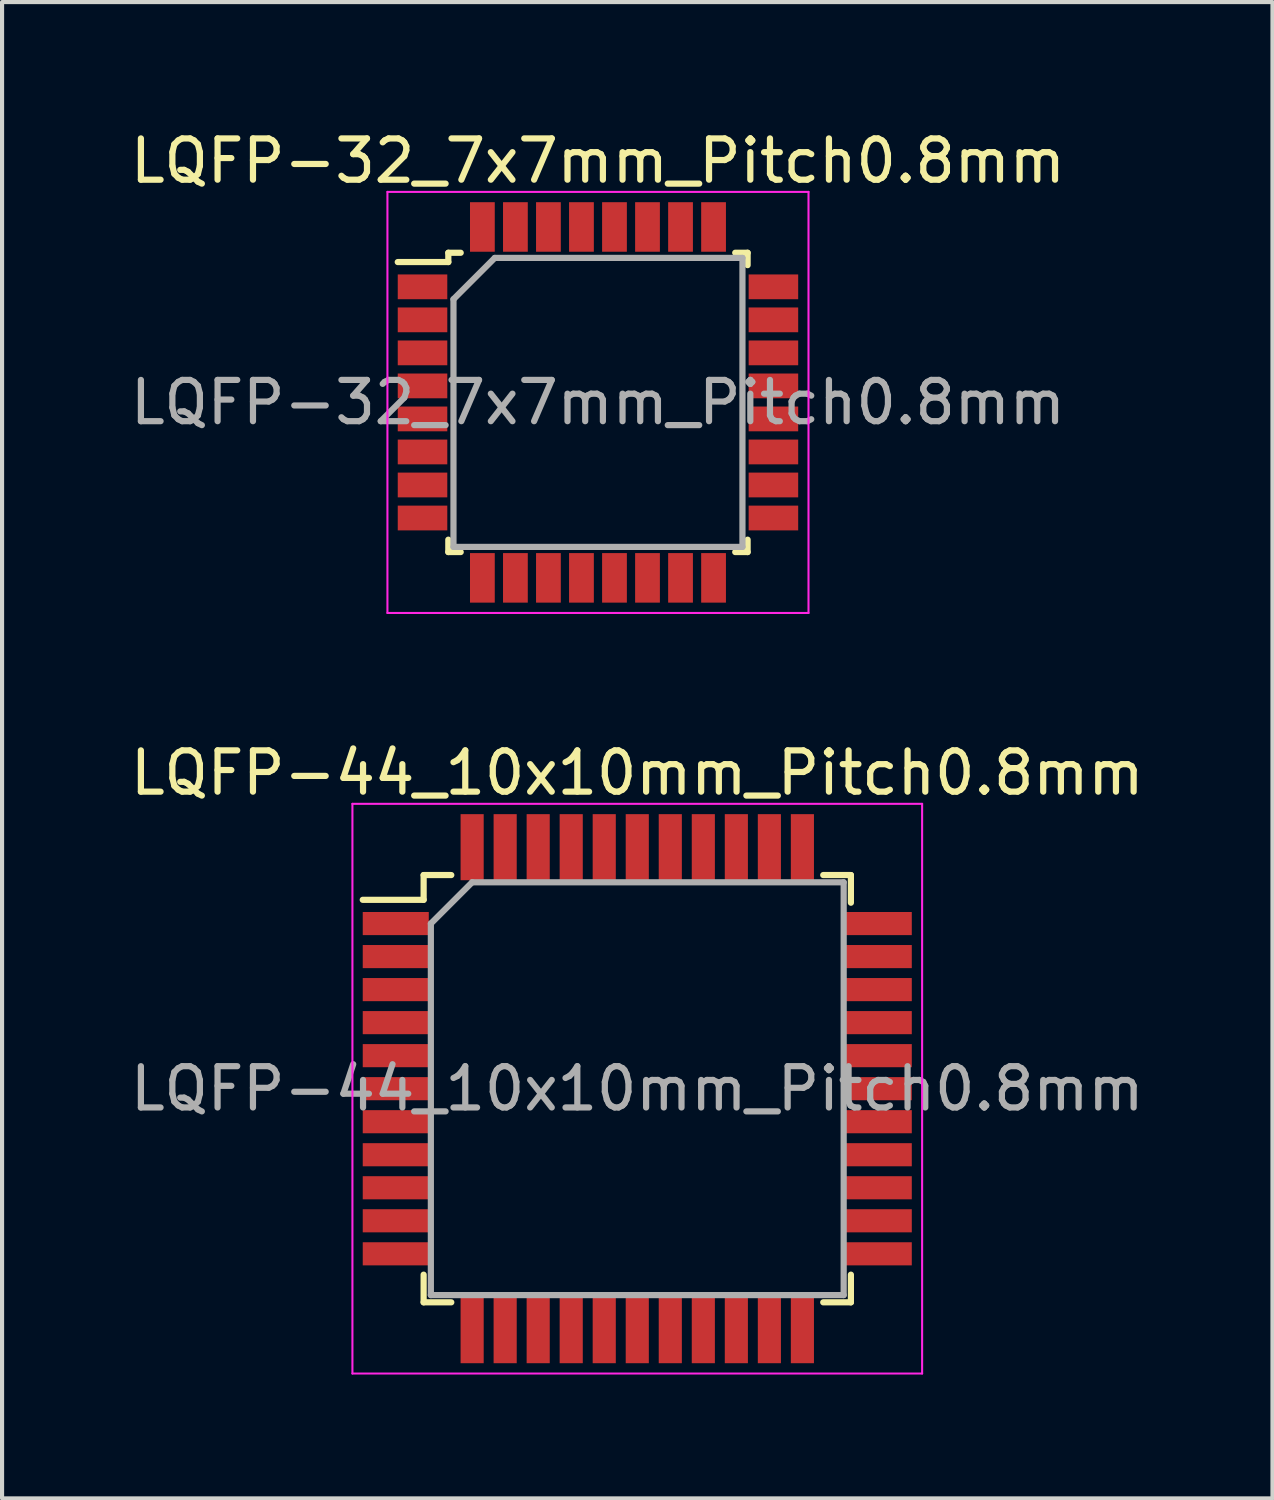
<source format=kicad_pcb>
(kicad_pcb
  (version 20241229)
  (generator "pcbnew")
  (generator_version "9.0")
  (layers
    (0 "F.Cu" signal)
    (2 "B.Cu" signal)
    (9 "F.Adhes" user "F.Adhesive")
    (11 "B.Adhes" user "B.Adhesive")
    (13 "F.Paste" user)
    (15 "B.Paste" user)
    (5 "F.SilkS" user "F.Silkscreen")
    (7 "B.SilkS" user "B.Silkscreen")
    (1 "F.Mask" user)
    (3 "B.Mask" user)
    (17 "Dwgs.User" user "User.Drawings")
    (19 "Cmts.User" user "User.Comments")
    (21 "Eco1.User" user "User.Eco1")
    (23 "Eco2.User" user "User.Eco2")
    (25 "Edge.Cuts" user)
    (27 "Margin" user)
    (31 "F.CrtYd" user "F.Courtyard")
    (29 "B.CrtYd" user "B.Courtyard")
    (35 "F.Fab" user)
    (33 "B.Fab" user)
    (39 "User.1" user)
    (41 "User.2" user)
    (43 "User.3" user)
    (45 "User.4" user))
  (footprint "LQFP-44_10x10mm_Pitch0.8mm"
    (layer "F.Cu")
    (at 12.387 23.322)
    (property "Reference" "LQFP-44_10x10mm_Pitch0.8mm" (at 0 -7.65 0) (layer "F.SilkS") (effects (font (size 1 1) (thickness 0.15))))
    (attr smd)
    (fp_line (start -5.175 -5.175) (end -5.175 -4.575) (stroke (width 0.15) (type solid)) (layer "F.SilkS"))
    (fp_line (start -5.175 -5.175) (end -4.505 -5.175) (stroke (width 0.15) (type solid)) (layer "F.SilkS"))
    (fp_line (start -5.175 -4.575) (end -6.65 -4.575) (stroke (width 0.15) (type solid)) (layer "F.SilkS"))
    (fp_line (start -5.175 5.175) (end -5.175 4.505) (stroke (width 0.15) (type solid)) (layer "F.SilkS"))
    (fp_line (start -5.175 5.175) (end -4.505 5.175) (stroke (width 0.15) (type solid)) (layer "F.SilkS"))
    (fp_line (start 5.175 -5.175) (end 4.505 -5.175) (stroke (width 0.15) (type solid)) (layer "F.SilkS"))
    (fp_line (start 5.175 -5.175) (end 5.175 -4.505) (stroke (width 0.15) (type solid)) (layer "F.SilkS"))
    (fp_line (start 5.175 5.175) (end 4.505 5.175) (stroke (width 0.15) (type solid)) (layer "F.SilkS"))
    (fp_line (start 5.175 5.175) (end 5.175 4.505) (stroke (width 0.15) (type solid)) (layer "F.SilkS"))
    (fp_line (start -6.9 -6.9) (end -6.9 6.9) (stroke (width 0.05) (type solid)) (layer "F.CrtYd"))
    (fp_line (start -6.9 -6.9) (end 6.9 -6.9) (stroke (width 0.05) (type solid)) (layer "F.CrtYd"))
    (fp_line (start -6.9 6.9) (end 6.9 6.9) (stroke (width 0.05) (type solid)) (layer "F.CrtYd"))
    (fp_line (start 6.9 -6.9) (end 6.9 6.9) (stroke (width 0.05) (type solid)) (layer "F.CrtYd"))
    (fp_line (start -5 -4) (end -4 -5) (stroke (width 0.15) (type solid)) (layer "F.Fab"))
    (fp_line (start -5 5) (end -5 -4) (stroke (width 0.15) (type solid)) (layer "F.Fab"))
    (fp_line (start -4 -5) (end 5 -5) (stroke (width 0.15) (type solid)) (layer "F.Fab"))
    (fp_line (start 5 -5) (end 5 5) (stroke (width 0.15) (type solid)) (layer "F.Fab"))
    (fp_line (start 5 5) (end -5 5) (stroke (width 0.15) (type solid)) (layer "F.Fab"))
    (fp_text user "${REFERENCE}" (at 0 0 0) (layer "F.Fab") (effects (font (size 1 1) (thickness 0.15))))
    (pad "1" smd rect (at -5.85 -4) (size 1.6 0.56) (layers "F.Cu" "F.Mask" "F.Paste"))
    (pad "2" smd rect (at -5.85 -3.2) (size 1.6 0.56) (layers "F.Cu" "F.Mask" "F.Paste"))
    (pad "3" smd rect (at -5.85 -2.4) (size 1.6 0.56) (layers "F.Cu" "F.Mask" "F.Paste"))
    (pad "4" smd rect (at -5.85 -1.6) (size 1.6 0.56) (layers "F.Cu" "F.Mask" "F.Paste"))
    (pad "5" smd rect (at -5.85 -0.8) (size 1.6 0.56) (layers "F.Cu" "F.Mask" "F.Paste"))
    (pad "6" smd rect (at -5.85 0) (size 1.6 0.56) (layers "F.Cu" "F.Mask" "F.Paste"))
    (pad "7" smd rect (at -5.85 0.8) (size 1.6 0.56) (layers "F.Cu" "F.Mask" "F.Paste"))
    (pad "8" smd rect (at -5.85 1.6) (size 1.6 0.56) (layers "F.Cu" "F.Mask" "F.Paste"))
    (pad "9" smd rect (at -5.85 2.4) (size 1.6 0.56) (layers "F.Cu" "F.Mask" "F.Paste"))
    (pad "10" smd rect (at -5.85 3.2) (size 1.6 0.56) (layers "F.Cu" "F.Mask" "F.Paste"))
    (pad "11" smd rect (at -5.85 4) (size 1.6 0.56) (layers "F.Cu" "F.Mask" "F.Paste"))
    (pad "12" smd rect (at -4 5.85 90) (size 1.6 0.56) (layers "F.Cu" "F.Mask" "F.Paste"))
    (pad "13" smd rect (at -3.2 5.85 90) (size 1.6 0.56) (layers "F.Cu" "F.Mask" "F.Paste"))
    (pad "14" smd rect (at -2.4 5.85 90) (size 1.6 0.56) (layers "F.Cu" "F.Mask" "F.Paste"))
    (pad "15" smd rect (at -1.6 5.85 90) (size 1.6 0.56) (layers "F.Cu" "F.Mask" "F.Paste"))
    (pad "16" smd rect (at -0.8 5.85 90) (size 1.6 0.56) (layers "F.Cu" "F.Mask" "F.Paste"))
    (pad "17" smd rect (at 0 5.85 90) (size 1.6 0.56) (layers "F.Cu" "F.Mask" "F.Paste"))
    (pad "18" smd rect (at 0.8 5.85 90) (size 1.6 0.56) (layers "F.Cu" "F.Mask" "F.Paste"))
    (pad "19" smd rect (at 1.6 5.85 90) (size 1.6 0.56) (layers "F.Cu" "F.Mask" "F.Paste"))
    (pad "20" smd rect (at 2.4 5.85 90) (size 1.6 0.56) (layers "F.Cu" "F.Mask" "F.Paste"))
    (pad "21" smd rect (at 3.2 5.85 90) (size 1.6 0.56) (layers "F.Cu" "F.Mask" "F.Paste"))
    (pad "22" smd rect (at 4 5.85 90) (size 1.6 0.56) (layers "F.Cu" "F.Mask" "F.Paste"))
    (pad "23" smd rect (at 5.85 4) (size 1.6 0.56) (layers "F.Cu" "F.Mask" "F.Paste"))
    (pad "24" smd rect (at 5.85 3.2) (size 1.6 0.56) (layers "F.Cu" "F.Mask" "F.Paste"))
    (pad "25" smd rect (at 5.85 2.4) (size 1.6 0.56) (layers "F.Cu" "F.Mask" "F.Paste"))
    (pad "26" smd rect (at 5.85 1.6) (size 1.6 0.56) (layers "F.Cu" "F.Mask" "F.Paste"))
    (pad "27" smd rect (at 5.85 0.8) (size 1.6 0.56) (layers "F.Cu" "F.Mask" "F.Paste"))
    (pad "28" smd rect (at 5.85 0) (size 1.6 0.56) (layers "F.Cu" "F.Mask" "F.Paste"))
    (pad "29" smd rect (at 5.85 -0.8) (size 1.6 0.56) (layers "F.Cu" "F.Mask" "F.Paste"))
    (pad "30" smd rect (at 5.85 -1.6) (size 1.6 0.56) (layers "F.Cu" "F.Mask" "F.Paste"))
    (pad "31" smd rect (at 5.85 -2.4) (size 1.6 0.56) (layers "F.Cu" "F.Mask" "F.Paste"))
    (pad "32" smd rect (at 5.85 -3.2) (size 1.6 0.56) (layers "F.Cu" "F.Mask" "F.Paste"))
    (pad "33" smd rect (at 5.85 -4) (size 1.6 0.56) (layers "F.Cu" "F.Mask" "F.Paste"))
    (pad "34" smd rect (at 4 -5.85 90) (size 1.6 0.56) (layers "F.Cu" "F.Mask" "F.Paste"))
    (pad "35" smd rect (at 3.2 -5.85 90) (size 1.6 0.56) (layers "F.Cu" "F.Mask" "F.Paste"))
    (pad "36" smd rect (at 2.4 -5.85 90) (size 1.6 0.56) (layers "F.Cu" "F.Mask" "F.Paste"))
    (pad "37" smd rect (at 1.6 -5.85 90) (size 1.6 0.56) (layers "F.Cu" "F.Mask" "F.Paste"))
    (pad "38" smd rect (at 0.8 -5.85 90) (size 1.6 0.56) (layers "F.Cu" "F.Mask" "F.Paste"))
    (pad "39" smd rect (at 0 -5.85 90) (size 1.6 0.56) (layers "F.Cu" "F.Mask" "F.Paste"))
    (pad "40" smd rect (at -0.8 -5.85 90) (size 1.6 0.56) (layers "F.Cu" "F.Mask" "F.Paste"))
    (pad "41" smd rect (at -1.6 -5.85 90) (size 1.6 0.56) (layers "F.Cu" "F.Mask" "F.Paste"))
    (pad "42" smd rect (at -2.4 -5.85 90) (size 1.6 0.56) (layers "F.Cu" "F.Mask" "F.Paste"))
    (pad "43" smd rect (at -3.2 -5.85 90) (size 1.6 0.56) (layers "F.Cu" "F.Mask" "F.Paste"))
    (pad "44" smd rect (at -4 -5.85 90) (size 1.6 0.56) (layers "F.Cu" "F.Mask" "F.Paste")))
  (footprint "LQFP-32_7x7mm_Pitch0.8mm"
    (layer "F.Cu")
    (at 11.435 6.698)
    (property "Reference" "LQFP-32_7x7mm_Pitch0.8mm" (at 0 -5.85 0) (layer "F.SilkS") (effects (font (size 1 1) (thickness 0.15))))
    (attr smd)
    (fp_line (start -3.625 -3.625) (end -3.625 -3.4) (stroke (width 0.15) (type solid)) (layer "F.SilkS"))
    (fp_line (start -3.625 -3.625) (end -3.325 -3.625) (stroke (width 0.15) (type solid)) (layer "F.SilkS"))
    (fp_line (start -3.625 -3.4) (end -4.85 -3.4) (stroke (width 0.15) (type solid)) (layer "F.SilkS"))
    (fp_line (start -3.625 3.625) (end -3.625 3.325) (stroke (width 0.15) (type solid)) (layer "F.SilkS"))
    (fp_line (start -3.625 3.625) (end -3.325 3.625) (stroke (width 0.15) (type solid)) (layer "F.SilkS"))
    (fp_line (start 3.625 -3.625) (end 3.325 -3.625) (stroke (width 0.15) (type solid)) (layer "F.SilkS"))
    (fp_line (start 3.625 -3.625) (end 3.625 -3.325) (stroke (width 0.15) (type solid)) (layer "F.SilkS"))
    (fp_line (start 3.625 3.625) (end 3.325 3.625) (stroke (width 0.15) (type solid)) (layer "F.SilkS"))
    (fp_line (start 3.625 3.625) (end 3.625 3.325) (stroke (width 0.15) (type solid)) (layer "F.SilkS"))
    (fp_line (start -5.1 -5.1) (end -5.1 5.1) (stroke (width 0.05) (type solid)) (layer "F.CrtYd"))
    (fp_line (start -5.1 -5.1) (end 5.1 -5.1) (stroke (width 0.05) (type solid)) (layer "F.CrtYd"))
    (fp_line (start -5.1 5.1) (end 5.1 5.1) (stroke (width 0.05) (type solid)) (layer "F.CrtYd"))
    (fp_line (start 5.1 -5.1) (end 5.1 5.1) (stroke (width 0.05) (type solid)) (layer "F.CrtYd"))
    (fp_line (start -3.5 -2.5) (end -2.5 -3.5) (stroke (width 0.15) (type solid)) (layer "F.Fab"))
    (fp_line (start -3.5 3.5) (end -3.5 -2.5) (stroke (width 0.15) (type solid)) (layer "F.Fab"))
    (fp_line (start -2.5 -3.5) (end 3.5 -3.5) (stroke (width 0.15) (type solid)) (layer "F.Fab"))
    (fp_line (start 3.5 -3.5) (end 3.5 3.5) (stroke (width 0.15) (type solid)) (layer "F.Fab"))
    (fp_line (start 3.5 3.5) (end -3.5 3.5) (stroke (width 0.15) (type solid)) (layer "F.Fab"))
    (fp_text user "${REFERENCE}" (at 0 0 0) (layer "F.Fab") (effects (font (size 1 1) (thickness 0.15))))
    (pad "1" smd rect (at -4.25 -2.8) (size 1.2 0.6) (layers "F.Cu" "F.Mask" "F.Paste"))
    (pad "2" smd rect (at -4.25 -2) (size 1.2 0.6) (layers "F.Cu" "F.Mask" "F.Paste"))
    (pad "3" smd rect (at -4.25 -1.2) (size 1.2 0.6) (layers "F.Cu" "F.Mask" "F.Paste"))
    (pad "4" smd rect (at -4.25 -0.4) (size 1.2 0.6) (layers "F.Cu" "F.Mask" "F.Paste"))
    (pad "5" smd rect (at -4.25 0.4) (size 1.2 0.6) (layers "F.Cu" "F.Mask" "F.Paste"))
    (pad "6" smd rect (at -4.25 1.2) (size 1.2 0.6) (layers "F.Cu" "F.Mask" "F.Paste"))
    (pad "7" smd rect (at -4.25 2) (size 1.2 0.6) (layers "F.Cu" "F.Mask" "F.Paste"))
    (pad "8" smd rect (at -4.25 2.8) (size 1.2 0.6) (layers "F.Cu" "F.Mask" "F.Paste"))
    (pad "9" smd rect (at -2.8 4.25 90) (size 1.2 0.6) (layers "F.Cu" "F.Mask" "F.Paste"))
    (pad "10" smd rect (at -2 4.25 90) (size 1.2 0.6) (layers "F.Cu" "F.Mask" "F.Paste"))
    (pad "11" smd rect (at -1.2 4.25 90) (size 1.2 0.6) (layers "F.Cu" "F.Mask" "F.Paste"))
    (pad "12" smd rect (at -0.4 4.25 90) (size 1.2 0.6) (layers "F.Cu" "F.Mask" "F.Paste"))
    (pad "13" smd rect (at 0.4 4.25 90) (size 1.2 0.6) (layers "F.Cu" "F.Mask" "F.Paste"))
    (pad "14" smd rect (at 1.2 4.25 90) (size 1.2 0.6) (layers "F.Cu" "F.Mask" "F.Paste"))
    (pad "15" smd rect (at 2 4.25 90) (size 1.2 0.6) (layers "F.Cu" "F.Mask" "F.Paste"))
    (pad "16" smd rect (at 2.8 4.25 90) (size 1.2 0.6) (layers "F.Cu" "F.Mask" "F.Paste"))
    (pad "17" smd rect (at 4.25 2.8) (size 1.2 0.6) (layers "F.Cu" "F.Mask" "F.Paste"))
    (pad "18" smd rect (at 4.25 2) (size 1.2 0.6) (layers "F.Cu" "F.Mask" "F.Paste"))
    (pad "19" smd rect (at 4.25 1.2) (size 1.2 0.6) (layers "F.Cu" "F.Mask" "F.Paste"))
    (pad "20" smd rect (at 4.25 0.4) (size 1.2 0.6) (layers "F.Cu" "F.Mask" "F.Paste"))
    (pad "21" smd rect (at 4.25 -0.4) (size 1.2 0.6) (layers "F.Cu" "F.Mask" "F.Paste"))
    (pad "22" smd rect (at 4.25 -1.2) (size 1.2 0.6) (layers "F.Cu" "F.Mask" "F.Paste"))
    (pad "23" smd rect (at 4.25 -2) (size 1.2 0.6) (layers "F.Cu" "F.Mask" "F.Paste"))
    (pad "24" smd rect (at 4.25 -2.8) (size 1.2 0.6) (layers "F.Cu" "F.Mask" "F.Paste"))
    (pad "25" smd rect (at 2.8 -4.25 90) (size 1.2 0.6) (layers "F.Cu" "F.Mask" "F.Paste"))
    (pad "26" smd rect (at 2 -4.25 90) (size 1.2 0.6) (layers "F.Cu" "F.Mask" "F.Paste"))
    (pad "27" smd rect (at 1.2 -4.25 90) (size 1.2 0.6) (layers "F.Cu" "F.Mask" "F.Paste"))
    (pad "28" smd rect (at 0.4 -4.25 90) (size 1.2 0.6) (layers "F.Cu" "F.Mask" "F.Paste"))
    (pad "29" smd rect (at -0.4 -4.25 90) (size 1.2 0.6) (layers "F.Cu" "F.Mask" "F.Paste"))
    (pad "30" smd rect (at -1.2 -4.25 90) (size 1.2 0.6) (layers "F.Cu" "F.Mask" "F.Paste"))
    (pad "31" smd rect (at -2 -4.25 90) (size 1.2 0.6) (layers "F.Cu" "F.Mask" "F.Paste"))
    (pad "32" smd rect (at -2.8 -4.25 90) (size 1.2 0.6) (layers "F.Cu" "F.Mask" "F.Paste")))
  (gr_rect
    (start -3 -3)
    (end 27.774 33.246)
    (stroke (width 0.1) (type default))
    (fill no)
    (layer "Edge.Cuts")))
</source>
